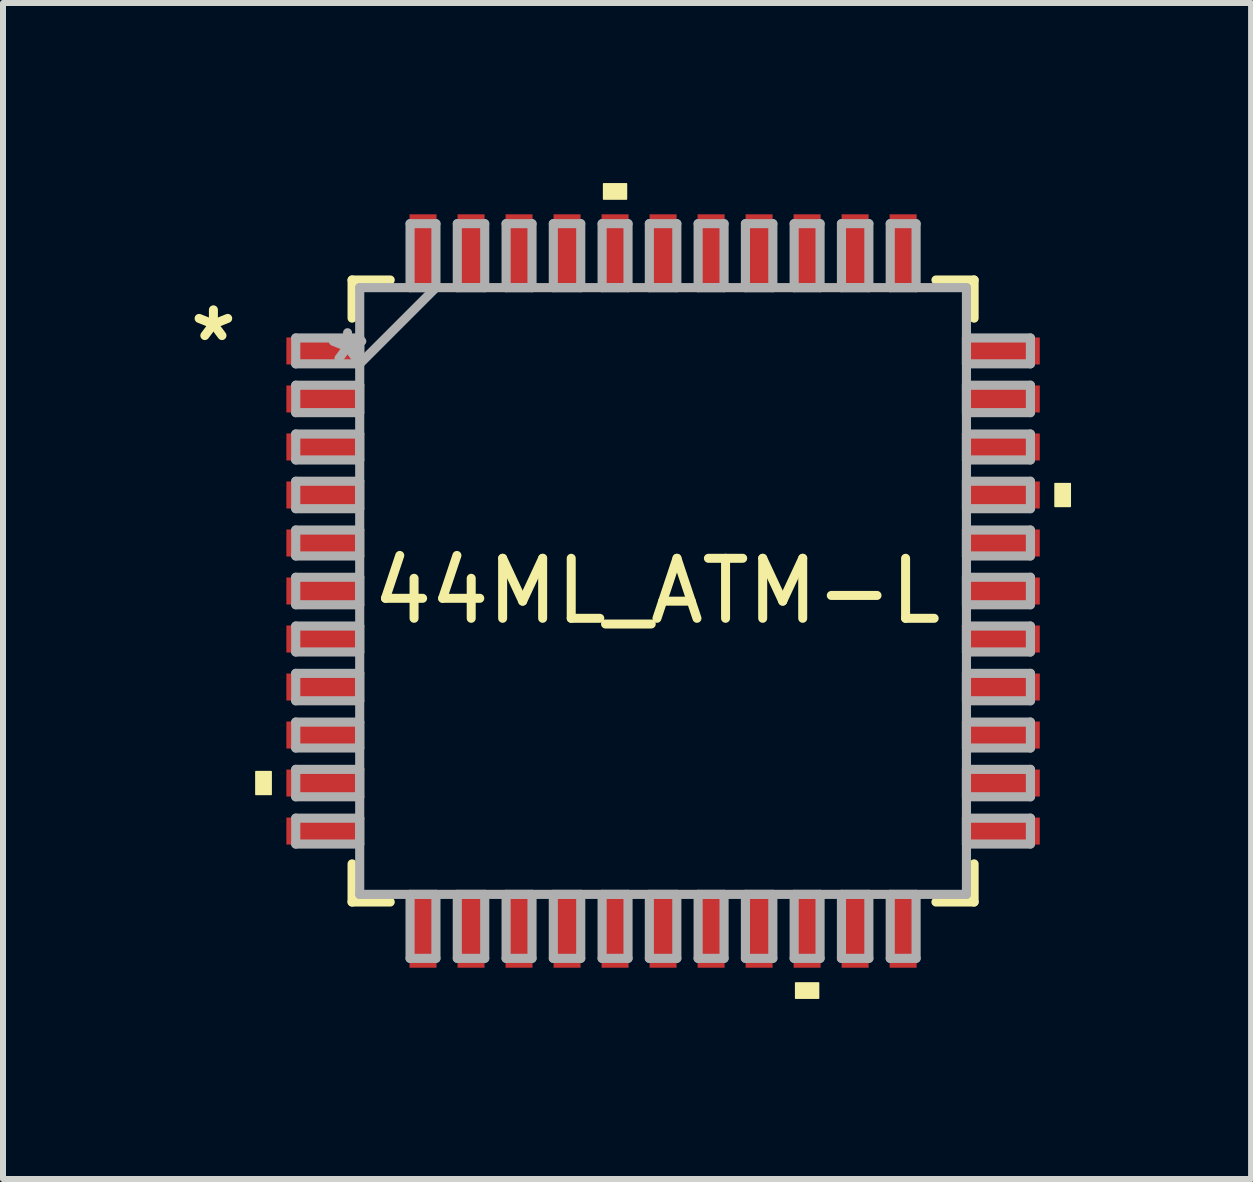
<source format=kicad_pcb>
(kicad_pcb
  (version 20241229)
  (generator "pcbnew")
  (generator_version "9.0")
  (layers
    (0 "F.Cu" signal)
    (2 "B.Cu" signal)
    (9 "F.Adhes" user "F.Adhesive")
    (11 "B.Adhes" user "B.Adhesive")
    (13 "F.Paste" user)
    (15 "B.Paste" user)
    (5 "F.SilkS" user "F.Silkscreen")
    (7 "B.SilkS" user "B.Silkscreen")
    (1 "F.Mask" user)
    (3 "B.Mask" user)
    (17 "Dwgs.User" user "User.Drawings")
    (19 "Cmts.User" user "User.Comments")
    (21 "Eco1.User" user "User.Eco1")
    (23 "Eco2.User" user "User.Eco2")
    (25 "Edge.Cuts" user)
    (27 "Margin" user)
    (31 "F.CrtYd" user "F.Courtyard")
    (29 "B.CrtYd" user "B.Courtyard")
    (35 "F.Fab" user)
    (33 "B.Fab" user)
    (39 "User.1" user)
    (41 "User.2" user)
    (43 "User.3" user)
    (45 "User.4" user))
  (footprint "44ML_ATM-L"
    (layer "F.Cu")
    (at 7.999 6.798)
    (property "Reference" "44ML_ATM-L" (at -0.102 0 0) (layer "F.SilkS") (effects (font (size 1 1) (thickness 0.15))))
    (attr smd)
    (fp_line (start -5.182 -5.182) (end -5.182 -4.547) (stroke (width 0.152) (type solid)) (layer "F.SilkS"))
    (fp_line (start -5.182 4.547) (end -5.182 5.182) (stroke (width 0.152) (type solid)) (layer "F.SilkS"))
    (fp_line (start -5.182 5.182) (end -4.547 5.182) (stroke (width 0.152) (type solid)) (layer "F.SilkS"))
    (fp_line (start -4.547 -5.182) (end -5.182 -5.182) (stroke (width 0.152) (type solid)) (layer "F.SilkS"))
    (fp_line (start 4.547 5.182) (end 5.182 5.182) (stroke (width 0.152) (type solid)) (layer "F.SilkS"))
    (fp_line (start 5.182 -5.182) (end 4.547 -5.182) (stroke (width 0.152) (type solid)) (layer "F.SilkS"))
    (fp_line (start 5.182 -4.547) (end 5.182 -5.182) (stroke (width 0.152) (type solid)) (layer "F.SilkS"))
    (fp_line (start 5.182 5.182) (end 5.182 4.547) (stroke (width 0.152) (type solid)) (layer "F.SilkS"))
    (fp_poly (pts (xy -6.785 3.01) (xy -6.785 3.39) (xy -6.531 3.39) (xy -6.531 3.01)) (stroke (width 0.025) (type solid)) (fill yes) (layer "F.SilkS"))
    (fp_poly (pts (xy -0.991 -6.531) (xy -0.991 -6.785) (xy -0.61 -6.785) (xy -0.61 -6.531)) (stroke (width 0.025) (type solid)) (fill yes) (layer "F.SilkS"))
    (fp_poly (pts (xy 2.209 6.531) (xy 2.209 6.785) (xy 2.591 6.785) (xy 2.591 6.531)) (stroke (width 0.025) (type solid)) (fill yes) (layer "F.SilkS"))
    (fp_poly (pts (xy 6.785 -1.79) (xy 6.785 -1.409) (xy 6.531 -1.409) (xy 6.531 -1.79)) (stroke (width 0.025) (type solid)) (fill yes) (layer "F.SilkS"))
    (fp_line (start -6.121 -4.216) (end -6.121 -3.785) (stroke (width 0.152) (type solid)) (layer "F.Fab"))
    (fp_line (start -6.121 -3.785) (end -5.055 -3.785) (stroke (width 0.152) (type solid)) (layer "F.Fab"))
    (fp_line (start -6.121 -3.429) (end -6.121 -2.972) (stroke (width 0.152) (type solid)) (layer "F.Fab"))
    (fp_line (start -6.121 -2.972) (end -5.055 -2.972) (stroke (width 0.152) (type solid)) (layer "F.Fab"))
    (fp_line (start -6.121 -2.616) (end -6.121 -2.184) (stroke (width 0.152) (type solid)) (layer "F.Fab"))
    (fp_line (start -6.121 -2.184) (end -5.055 -2.184) (stroke (width 0.152) (type solid)) (layer "F.Fab"))
    (fp_line (start -6.121 -1.829) (end -6.121 -1.372) (stroke (width 0.152) (type solid)) (layer "F.Fab"))
    (fp_line (start -6.121 -1.372) (end -5.055 -1.372) (stroke (width 0.152) (type solid)) (layer "F.Fab"))
    (fp_line (start -6.121 -1.016) (end -6.121 -0.584) (stroke (width 0.152) (type solid)) (layer "F.Fab"))
    (fp_line (start -6.121 -0.584) (end -5.055 -0.584) (stroke (width 0.152) (type solid)) (layer "F.Fab"))
    (fp_line (start -6.121 -0.229) (end -6.121 0.229) (stroke (width 0.152) (type solid)) (layer "F.Fab"))
    (fp_line (start -6.121 0.229) (end -5.055 0.229) (stroke (width 0.152) (type solid)) (layer "F.Fab"))
    (fp_line (start -6.121 0.584) (end -6.121 1.016) (stroke (width 0.152) (type solid)) (layer "F.Fab"))
    (fp_line (start -6.121 1.016) (end -5.055 1.016) (stroke (width 0.152) (type solid)) (layer "F.Fab"))
    (fp_line (start -6.121 1.372) (end -6.121 1.829) (stroke (width 0.152) (type solid)) (layer "F.Fab"))
    (fp_line (start -6.121 1.829) (end -5.055 1.829) (stroke (width 0.152) (type solid)) (layer "F.Fab"))
    (fp_line (start -6.121 2.184) (end -6.121 2.616) (stroke (width 0.152) (type solid)) (layer "F.Fab"))
    (fp_line (start -6.121 2.616) (end -5.055 2.616) (stroke (width 0.152) (type solid)) (layer "F.Fab"))
    (fp_line (start -6.121 2.972) (end -6.121 3.429) (stroke (width 0.152) (type solid)) (layer "F.Fab"))
    (fp_line (start -6.121 3.429) (end -5.055 3.429) (stroke (width 0.152) (type solid)) (layer "F.Fab"))
    (fp_line (start -6.121 3.785) (end -6.121 4.216) (stroke (width 0.152) (type solid)) (layer "F.Fab"))
    (fp_line (start -6.121 4.216) (end -5.055 4.216) (stroke (width 0.152) (type solid)) (layer "F.Fab"))
    (fp_line (start -5.055 -5.055) (end -5.055 5.055) (stroke (width 0.152) (type solid)) (layer "F.Fab"))
    (fp_line (start -5.055 -4.216) (end -6.121 -4.216) (stroke (width 0.152) (type solid)) (layer "F.Fab"))
    (fp_line (start -5.055 -3.785) (end -5.055 -4.216) (stroke (width 0.152) (type solid)) (layer "F.Fab"))
    (fp_line (start -5.055 -3.785) (end -3.785 -5.055) (stroke (width 0.152) (type solid)) (layer "F.Fab"))
    (fp_line (start -5.055 -3.429) (end -6.121 -3.429) (stroke (width 0.152) (type solid)) (layer "F.Fab"))
    (fp_line (start -5.055 -2.972) (end -5.055 -3.429) (stroke (width 0.152) (type solid)) (layer "F.Fab"))
    (fp_line (start -5.055 -2.616) (end -6.121 -2.616) (stroke (width 0.152) (type solid)) (layer "F.Fab"))
    (fp_line (start -5.055 -2.184) (end -5.055 -2.616) (stroke (width 0.152) (type solid)) (layer "F.Fab"))
    (fp_line (start -5.055 -1.829) (end -6.121 -1.829) (stroke (width 0.152) (type solid)) (layer "F.Fab"))
    (fp_line (start -5.055 -1.372) (end -5.055 -1.829) (stroke (width 0.152) (type solid)) (layer "F.Fab"))
    (fp_line (start -5.055 -1.016) (end -6.121 -1.016) (stroke (width 0.152) (type solid)) (layer "F.Fab"))
    (fp_line (start -5.055 -0.584) (end -5.055 -1.016) (stroke (width 0.152) (type solid)) (layer "F.Fab"))
    (fp_line (start -5.055 -0.229) (end -6.121 -0.229) (stroke (width 0.152) (type solid)) (layer "F.Fab"))
    (fp_line (start -5.055 0.229) (end -5.055 -0.229) (stroke (width 0.152) (type solid)) (layer "F.Fab"))
    (fp_line (start -5.055 0.584) (end -6.121 0.584) (stroke (width 0.152) (type solid)) (layer "F.Fab"))
    (fp_line (start -5.055 1.016) (end -5.055 0.584) (stroke (width 0.152) (type solid)) (layer "F.Fab"))
    (fp_line (start -5.055 1.372) (end -6.121 1.372) (stroke (width 0.152) (type solid)) (layer "F.Fab"))
    (fp_line (start -5.055 1.829) (end -5.055 1.372) (stroke (width 0.152) (type solid)) (layer "F.Fab"))
    (fp_line (start -5.055 2.184) (end -6.121 2.184) (stroke (width 0.152) (type solid)) (layer "F.Fab"))
    (fp_line (start -5.055 2.616) (end -5.055 2.184) (stroke (width 0.152) (type solid)) (layer "F.Fab"))
    (fp_line (start -5.055 2.972) (end -6.121 2.972) (stroke (width 0.152) (type solid)) (layer "F.Fab"))
    (fp_line (start -5.055 3.429) (end -5.055 2.972) (stroke (width 0.152) (type solid)) (layer "F.Fab"))
    (fp_line (start -5.055 3.785) (end -6.121 3.785) (stroke (width 0.152) (type solid)) (layer "F.Fab"))
    (fp_line (start -5.055 4.216) (end -5.055 3.785) (stroke (width 0.152) (type solid)) (layer "F.Fab"))
    (fp_line (start -5.055 5.055) (end 5.055 5.055) (stroke (width 0.152) (type solid)) (layer "F.Fab"))
    (fp_line (start -4.216 -6.121) (end -4.216 -5.055) (stroke (width 0.152) (type solid)) (layer "F.Fab"))
    (fp_line (start -4.216 -5.055) (end -3.785 -5.055) (stroke (width 0.152) (type solid)) (layer "F.Fab"))
    (fp_line (start -4.216 5.055) (end -4.216 6.121) (stroke (width 0.152) (type solid)) (layer "F.Fab"))
    (fp_line (start -4.216 6.121) (end -3.785 6.121) (stroke (width 0.152) (type solid)) (layer "F.Fab"))
    (fp_line (start -3.785 -6.121) (end -4.216 -6.121) (stroke (width 0.152) (type solid)) (layer "F.Fab"))
    (fp_line (start -3.785 -5.055) (end -3.785 -6.121) (stroke (width 0.152) (type solid)) (layer "F.Fab"))
    (fp_line (start -3.785 5.055) (end -4.216 5.055) (stroke (width 0.152) (type solid)) (layer "F.Fab"))
    (fp_line (start -3.785 6.121) (end -3.785 5.055) (stroke (width 0.152) (type solid)) (layer "F.Fab"))
    (fp_line (start -3.429 -6.121) (end -3.429 -5.055) (stroke (width 0.152) (type solid)) (layer "F.Fab"))
    (fp_line (start -3.429 -5.055) (end -2.972 -5.055) (stroke (width 0.152) (type solid)) (layer "F.Fab"))
    (fp_line (start -3.429 5.055) (end -3.429 6.121) (stroke (width 0.152) (type solid)) (layer "F.Fab"))
    (fp_line (start -3.429 6.121) (end -2.972 6.121) (stroke (width 0.152) (type solid)) (layer "F.Fab"))
    (fp_line (start -2.972 -6.121) (end -3.429 -6.121) (stroke (width 0.152) (type solid)) (layer "F.Fab"))
    (fp_line (start -2.972 -5.055) (end -2.972 -6.121) (stroke (width 0.152) (type solid)) (layer "F.Fab"))
    (fp_line (start -2.972 5.055) (end -3.429 5.055) (stroke (width 0.152) (type solid)) (layer "F.Fab"))
    (fp_line (start -2.972 6.121) (end -2.972 5.055) (stroke (width 0.152) (type solid)) (layer "F.Fab"))
    (fp_line (start -2.616 -6.121) (end -2.616 -5.055) (stroke (width 0.152) (type solid)) (layer "F.Fab"))
    (fp_line (start -2.616 -5.055) (end -2.184 -5.055) (stroke (width 0.152) (type solid)) (layer "F.Fab"))
    (fp_line (start -2.616 5.055) (end -2.616 6.121) (stroke (width 0.152) (type solid)) (layer "F.Fab"))
    (fp_line (start -2.616 6.121) (end -2.184 6.121) (stroke (width 0.152) (type solid)) (layer "F.Fab"))
    (fp_line (start -2.184 -6.121) (end -2.616 -6.121) (stroke (width 0.152) (type solid)) (layer "F.Fab"))
    (fp_line (start -2.184 -5.055) (end -2.184 -6.121) (stroke (width 0.152) (type solid)) (layer "F.Fab"))
    (fp_line (start -2.184 5.055) (end -2.616 5.055) (stroke (width 0.152) (type solid)) (layer "F.Fab"))
    (fp_line (start -2.184 6.121) (end -2.184 5.055) (stroke (width 0.152) (type solid)) (layer "F.Fab"))
    (fp_line (start -1.829 -6.121) (end -1.829 -5.055) (stroke (width 0.152) (type solid)) (layer "F.Fab"))
    (fp_line (start -1.829 -5.055) (end -1.372 -5.055) (stroke (width 0.152) (type solid)) (layer "F.Fab"))
    (fp_line (start -1.829 5.055) (end -1.829 6.121) (stroke (width 0.152) (type solid)) (layer "F.Fab"))
    (fp_line (start -1.829 6.121) (end -1.372 6.121) (stroke (width 0.152) (type solid)) (layer "F.Fab"))
    (fp_line (start -1.372 -6.121) (end -1.829 -6.121) (stroke (width 0.152) (type solid)) (layer "F.Fab"))
    (fp_line (start -1.372 -5.055) (end -1.372 -6.121) (stroke (width 0.152) (type solid)) (layer "F.Fab"))
    (fp_line (start -1.372 5.055) (end -1.829 5.055) (stroke (width 0.152) (type solid)) (layer "F.Fab"))
    (fp_line (start -1.372 6.121) (end -1.372 5.055) (stroke (width 0.152) (type solid)) (layer "F.Fab"))
    (fp_line (start -1.016 -6.121) (end -1.016 -5.055) (stroke (width 0.152) (type solid)) (layer "F.Fab"))
    (fp_line (start -1.016 -5.055) (end -0.584 -5.055) (stroke (width 0.152) (type solid)) (layer "F.Fab"))
    (fp_line (start -1.016 5.055) (end -1.016 6.121) (stroke (width 0.152) (type solid)) (layer "F.Fab"))
    (fp_line (start -1.016 6.121) (end -0.584 6.121) (stroke (width 0.152) (type solid)) (layer "F.Fab"))
    (fp_line (start -0.584 -6.121) (end -1.016 -6.121) (stroke (width 0.152) (type solid)) (layer "F.Fab"))
    (fp_line (start -0.584 -5.055) (end -0.584 -6.121) (stroke (width 0.152) (type solid)) (layer "F.Fab"))
    (fp_line (start -0.584 5.055) (end -1.016 5.055) (stroke (width 0.152) (type solid)) (layer "F.Fab"))
    (fp_line (start -0.584 6.121) (end -0.584 5.055) (stroke (width 0.152) (type solid)) (layer "F.Fab"))
    (fp_line (start -0.229 -6.121) (end -0.229 -5.055) (stroke (width 0.152) (type solid)) (layer "F.Fab"))
    (fp_line (start -0.229 -5.055) (end 0.229 -5.055) (stroke (width 0.152) (type solid)) (layer "F.Fab"))
    (fp_line (start -0.229 5.055) (end -0.229 6.121) (stroke (width 0.152) (type solid)) (layer "F.Fab"))
    (fp_line (start -0.229 6.121) (end 0.229 6.121) (stroke (width 0.152) (type solid)) (layer "F.Fab"))
    (fp_line (start 0.229 -6.121) (end -0.229 -6.121) (stroke (width 0.152) (type solid)) (layer "F.Fab"))
    (fp_line (start 0.229 -5.055) (end 0.229 -6.121) (stroke (width 0.152) (type solid)) (layer "F.Fab"))
    (fp_line (start 0.229 5.055) (end -0.229 5.055) (stroke (width 0.152) (type solid)) (layer "F.Fab"))
    (fp_line (start 0.229 6.121) (end 0.229 5.055) (stroke (width 0.152) (type solid)) (layer "F.Fab"))
    (fp_line (start 0.584 -6.121) (end 0.584 -5.055) (stroke (width 0.152) (type solid)) (layer "F.Fab"))
    (fp_line (start 0.584 -5.055) (end 1.016 -5.055) (stroke (width 0.152) (type solid)) (layer "F.Fab"))
    (fp_line (start 0.584 5.055) (end 0.584 6.121) (stroke (width 0.152) (type solid)) (layer "F.Fab"))
    (fp_line (start 0.584 6.121) (end 1.016 6.121) (stroke (width 0.152) (type solid)) (layer "F.Fab"))
    (fp_line (start 1.016 -6.121) (end 0.584 -6.121) (stroke (width 0.152) (type solid)) (layer "F.Fab"))
    (fp_line (start 1.016 -5.055) (end 1.016 -6.121) (stroke (width 0.152) (type solid)) (layer "F.Fab"))
    (fp_line (start 1.016 5.055) (end 0.584 5.055) (stroke (width 0.152) (type solid)) (layer "F.Fab"))
    (fp_line (start 1.016 6.121) (end 1.016 5.055) (stroke (width 0.152) (type solid)) (layer "F.Fab"))
    (fp_line (start 1.372 -6.121) (end 1.372 -5.055) (stroke (width 0.152) (type solid)) (layer "F.Fab"))
    (fp_line (start 1.372 -5.055) (end 1.829 -5.055) (stroke (width 0.152) (type solid)) (layer "F.Fab"))
    (fp_line (start 1.372 5.055) (end 1.372 6.121) (stroke (width 0.152) (type solid)) (layer "F.Fab"))
    (fp_line (start 1.372 6.121) (end 1.829 6.121) (stroke (width 0.152) (type solid)) (layer "F.Fab"))
    (fp_line (start 1.829 -6.121) (end 1.372 -6.121) (stroke (width 0.152) (type solid)) (layer "F.Fab"))
    (fp_line (start 1.829 -5.055) (end 1.829 -6.121) (stroke (width 0.152) (type solid)) (layer "F.Fab"))
    (fp_line (start 1.829 5.055) (end 1.372 5.055) (stroke (width 0.152) (type solid)) (layer "F.Fab"))
    (fp_line (start 1.829 6.121) (end 1.829 5.055) (stroke (width 0.152) (type solid)) (layer "F.Fab"))
    (fp_line (start 2.184 -6.121) (end 2.184 -5.055) (stroke (width 0.152) (type solid)) (layer "F.Fab"))
    (fp_line (start 2.184 -5.055) (end 2.616 -5.055) (stroke (width 0.152) (type solid)) (layer "F.Fab"))
    (fp_line (start 2.184 5.055) (end 2.184 6.121) (stroke (width 0.152) (type solid)) (layer "F.Fab"))
    (fp_line (start 2.184 6.121) (end 2.616 6.121) (stroke (width 0.152) (type solid)) (layer "F.Fab"))
    (fp_line (start 2.616 -6.121) (end 2.184 -6.121) (stroke (width 0.152) (type solid)) (layer "F.Fab"))
    (fp_line (start 2.616 -5.055) (end 2.616 -6.121) (stroke (width 0.152) (type solid)) (layer "F.Fab"))
    (fp_line (start 2.616 5.055) (end 2.184 5.055) (stroke (width 0.152) (type solid)) (layer "F.Fab"))
    (fp_line (start 2.616 6.121) (end 2.616 5.055) (stroke (width 0.152) (type solid)) (layer "F.Fab"))
    (fp_line (start 2.972 -6.121) (end 2.972 -5.055) (stroke (width 0.152) (type solid)) (layer "F.Fab"))
    (fp_line (start 2.972 -5.055) (end 3.429 -5.055) (stroke (width 0.152) (type solid)) (layer "F.Fab"))
    (fp_line (start 2.972 5.055) (end 2.972 6.121) (stroke (width 0.152) (type solid)) (layer "F.Fab"))
    (fp_line (start 2.972 6.121) (end 3.429 6.121) (stroke (width 0.152) (type solid)) (layer "F.Fab"))
    (fp_line (start 3.429 -6.121) (end 2.972 -6.121) (stroke (width 0.152) (type solid)) (layer "F.Fab"))
    (fp_line (start 3.429 -5.055) (end 3.429 -6.121) (stroke (width 0.152) (type solid)) (layer "F.Fab"))
    (fp_line (start 3.429 5.055) (end 2.972 5.055) (stroke (width 0.152) (type solid)) (layer "F.Fab"))
    (fp_line (start 3.429 6.121) (end 3.429 5.055) (stroke (width 0.152) (type solid)) (layer "F.Fab"))
    (fp_line (start 3.785 -6.121) (end 3.785 -5.055) (stroke (width 0.152) (type solid)) (layer "F.Fab"))
    (fp_line (start 3.785 -5.055) (end 4.216 -5.055) (stroke (width 0.152) (type solid)) (layer "F.Fab"))
    (fp_line (start 3.785 5.055) (end 3.785 6.121) (stroke (width 0.152) (type solid)) (layer "F.Fab"))
    (fp_line (start 3.785 6.121) (end 4.216 6.121) (stroke (width 0.152) (type solid)) (layer "F.Fab"))
    (fp_line (start 4.216 -6.121) (end 3.785 -6.121) (stroke (width 0.152) (type solid)) (layer "F.Fab"))
    (fp_line (start 4.216 -5.055) (end 4.216 -6.121) (stroke (width 0.152) (type solid)) (layer "F.Fab"))
    (fp_line (start 4.216 5.055) (end 3.785 5.055) (stroke (width 0.152) (type solid)) (layer "F.Fab"))
    (fp_line (start 4.216 6.121) (end 4.216 5.055) (stroke (width 0.152) (type solid)) (layer "F.Fab"))
    (fp_line (start 5.055 -5.055) (end -5.055 -5.055) (stroke (width 0.152) (type solid)) (layer "F.Fab"))
    (fp_line (start 5.055 -4.216) (end 5.055 -3.785) (stroke (width 0.152) (type solid)) (layer "F.Fab"))
    (fp_line (start 5.055 -3.785) (end 6.121 -3.785) (stroke (width 0.152) (type solid)) (layer "F.Fab"))
    (fp_line (start 5.055 -3.429) (end 5.055 -2.972) (stroke (width 0.152) (type solid)) (layer "F.Fab"))
    (fp_line (start 5.055 -2.972) (end 6.121 -2.972) (stroke (width 0.152) (type solid)) (layer "F.Fab"))
    (fp_line (start 5.055 -2.616) (end 5.055 -2.184) (stroke (width 0.152) (type solid)) (layer "F.Fab"))
    (fp_line (start 5.055 -2.184) (end 6.121 -2.184) (stroke (width 0.152) (type solid)) (layer "F.Fab"))
    (fp_line (start 5.055 -1.829) (end 5.055 -1.372) (stroke (width 0.152) (type solid)) (layer "F.Fab"))
    (fp_line (start 5.055 -1.372) (end 6.121 -1.372) (stroke (width 0.152) (type solid)) (layer "F.Fab"))
    (fp_line (start 5.055 -1.016) (end 5.055 -0.584) (stroke (width 0.152) (type solid)) (layer "F.Fab"))
    (fp_line (start 5.055 -0.584) (end 6.121 -0.584) (stroke (width 0.152) (type solid)) (layer "F.Fab"))
    (fp_line (start 5.055 -0.229) (end 5.055 0.229) (stroke (width 0.152) (type solid)) (layer "F.Fab"))
    (fp_line (start 5.055 0.229) (end 6.121 0.229) (stroke (width 0.152) (type solid)) (layer "F.Fab"))
    (fp_line (start 5.055 0.584) (end 5.055 1.016) (stroke (width 0.152) (type solid)) (layer "F.Fab"))
    (fp_line (start 5.055 1.016) (end 6.121 1.016) (stroke (width 0.152) (type solid)) (layer "F.Fab"))
    (fp_line (start 5.055 1.372) (end 5.055 1.829) (stroke (width 0.152) (type solid)) (layer "F.Fab"))
    (fp_line (start 5.055 1.829) (end 6.121 1.829) (stroke (width 0.152) (type solid)) (layer "F.Fab"))
    (fp_line (start 5.055 2.184) (end 5.055 2.616) (stroke (width 0.152) (type solid)) (layer "F.Fab"))
    (fp_line (start 5.055 2.616) (end 6.121 2.616) (stroke (width 0.152) (type solid)) (layer "F.Fab"))
    (fp_line (start 5.055 2.972) (end 5.055 3.429) (stroke (width 0.152) (type solid)) (layer "F.Fab"))
    (fp_line (start 5.055 3.429) (end 6.121 3.429) (stroke (width 0.152) (type solid)) (layer "F.Fab"))
    (fp_line (start 5.055 3.785) (end 5.055 4.216) (stroke (width 0.152) (type solid)) (layer "F.Fab"))
    (fp_line (start 5.055 4.216) (end 6.121 4.216) (stroke (width 0.152) (type solid)) (layer "F.Fab"))
    (fp_line (start 5.055 5.055) (end 5.055 -5.055) (stroke (width 0.152) (type solid)) (layer "F.Fab"))
    (fp_line (start 6.121 -4.216) (end 5.055 -4.216) (stroke (width 0.152) (type solid)) (layer "F.Fab"))
    (fp_line (start 6.121 -3.785) (end 6.121 -4.216) (stroke (width 0.152) (type solid)) (layer "F.Fab"))
    (fp_line (start 6.121 -3.429) (end 5.055 -3.429) (stroke (width 0.152) (type solid)) (layer "F.Fab"))
    (fp_line (start 6.121 -2.972) (end 6.121 -3.429) (stroke (width 0.152) (type solid)) (layer "F.Fab"))
    (fp_line (start 6.121 -2.616) (end 5.055 -2.616) (stroke (width 0.152) (type solid)) (layer "F.Fab"))
    (fp_line (start 6.121 -2.184) (end 6.121 -2.616) (stroke (width 0.152) (type solid)) (layer "F.Fab"))
    (fp_line (start 6.121 -1.829) (end 5.055 -1.829) (stroke (width 0.152) (type solid)) (layer "F.Fab"))
    (fp_line (start 6.121 -1.372) (end 6.121 -1.829) (stroke (width 0.152) (type solid)) (layer "F.Fab"))
    (fp_line (start 6.121 -1.016) (end 5.055 -1.016) (stroke (width 0.152) (type solid)) (layer "F.Fab"))
    (fp_line (start 6.121 -0.584) (end 6.121 -1.016) (stroke (width 0.152) (type solid)) (layer "F.Fab"))
    (fp_line (start 6.121 -0.229) (end 5.055 -0.229) (stroke (width 0.152) (type solid)) (layer "F.Fab"))
    (fp_line (start 6.121 0.229) (end 6.121 -0.229) (stroke (width 0.152) (type solid)) (layer "F.Fab"))
    (fp_line (start 6.121 0.584) (end 5.055 0.584) (stroke (width 0.152) (type solid)) (layer "F.Fab"))
    (fp_line (start 6.121 1.016) (end 6.121 0.584) (stroke (width 0.152) (type solid)) (layer "F.Fab"))
    (fp_line (start 6.121 1.372) (end 5.055 1.372) (stroke (width 0.152) (type solid)) (layer "F.Fab"))
    (fp_line (start 6.121 1.829) (end 6.121 1.372) (stroke (width 0.152) (type solid)) (layer "F.Fab"))
    (fp_line (start 6.121 2.184) (end 5.055 2.184) (stroke (width 0.152) (type solid)) (layer "F.Fab"))
    (fp_line (start 6.121 2.616) (end 6.121 2.184) (stroke (width 0.152) (type solid)) (layer "F.Fab"))
    (fp_line (start 6.121 2.972) (end 5.055 2.972) (stroke (width 0.152) (type solid)) (layer "F.Fab"))
    (fp_line (start 6.121 3.429) (end 6.121 2.972) (stroke (width 0.152) (type solid)) (layer "F.Fab"))
    (fp_line (start 6.121 3.785) (end 5.055 3.785) (stroke (width 0.152) (type solid)) (layer "F.Fab"))
    (fp_line (start 6.121 4.216) (end 6.121 3.785) (stroke (width 0.152) (type solid)) (layer "F.Fab"))
    (fp_text user "*" (at -7.493 -4.14 0) (layer "F.SilkS") (effects (font (size 1 1) (thickness 0.15))))
    (fp_text user "*" (at -5.258 -3.759 0) (layer "F.Fab") (effects (font (size 1 1) (thickness 0.15))))
    (pad "1" smd rect (at -5.699 -4 270) (size 0.45 1.156) (layers "F.Cu" "F.Mask" "F.Paste"))
    (pad "2" smd rect (at -5.699 -3.2 270) (size 0.45 1.156) (layers "F.Cu" "F.Mask" "F.Paste"))
    (pad "3" smd rect (at -5.699 -2.4 270) (size 0.45 1.156) (layers "F.Cu" "F.Mask" "F.Paste"))
    (pad "4" smd rect (at -5.699 -1.6 270) (size 0.45 1.156) (layers "F.Cu" "F.Mask" "F.Paste"))
    (pad "5" smd rect (at -5.699 -0.8 270) (size 0.45 1.156) (layers "F.Cu" "F.Mask" "F.Paste"))
    (pad "6" smd rect (at -5.699 0 270) (size 0.45 1.156) (layers "F.Cu" "F.Mask" "F.Paste"))
    (pad "7" smd rect (at -5.699 0.8 270) (size 0.45 1.156) (layers "F.Cu" "F.Mask" "F.Paste"))
    (pad "8" smd rect (at -5.699 1.6 270) (size 0.45 1.156) (layers "F.Cu" "F.Mask" "F.Paste"))
    (pad "9" smd rect (at -5.699 2.4 270) (size 0.45 1.156) (layers "F.Cu" "F.Mask" "F.Paste"))
    (pad "10" smd rect (at -5.699 3.2 270) (size 0.45 1.156) (layers "F.Cu" "F.Mask" "F.Paste"))
    (pad "11" smd rect (at -5.699 4 270) (size 0.45 1.156) (layers "F.Cu" "F.Mask" "F.Paste"))
    (pad "12" smd rect (at -4 5.699 180) (size 0.45 1.156) (layers "F.Cu" "F.Mask" "F.Paste"))
    (pad "13" smd rect (at -3.2 5.699 180) (size 0.45 1.156) (layers "F.Cu" "F.Mask" "F.Paste"))
    (pad "14" smd rect (at -2.4 5.699 180) (size 0.45 1.156) (layers "F.Cu" "F.Mask" "F.Paste"))
    (pad "15" smd rect (at -1.6 5.699 180) (size 0.45 1.156) (layers "F.Cu" "F.Mask" "F.Paste"))
    (pad "16" smd rect (at -0.8 5.699 180) (size 0.45 1.156) (layers "F.Cu" "F.Mask" "F.Paste"))
    (pad "17" smd rect (at 0 5.699 180) (size 0.45 1.156) (layers "F.Cu" "F.Mask" "F.Paste"))
    (pad "18" smd rect (at 0.8 5.699 180) (size 0.45 1.156) (layers "F.Cu" "F.Mask" "F.Paste"))
    (pad "19" smd rect (at 1.6 5.699 180) (size 0.45 1.156) (layers "F.Cu" "F.Mask" "F.Paste"))
    (pad "20" smd rect (at 2.4 5.699 180) (size 0.45 1.156) (layers "F.Cu" "F.Mask" "F.Paste"))
    (pad "21" smd rect (at 3.2 5.699 180) (size 0.45 1.156) (layers "F.Cu" "F.Mask" "F.Paste"))
    (pad "22" smd rect (at 4 5.699 180) (size 0.45 1.156) (layers "F.Cu" "F.Mask" "F.Paste"))
    (pad "23" smd rect (at 5.699 4 270) (size 0.45 1.156) (layers "F.Cu" "F.Mask" "F.Paste"))
    (pad "24" smd rect (at 5.699 3.2 270) (size 0.45 1.156) (layers "F.Cu" "F.Mask" "F.Paste"))
    (pad "25" smd rect (at 5.699 2.4 270) (size 0.45 1.156) (layers "F.Cu" "F.Mask" "F.Paste"))
    (pad "26" smd rect (at 5.699 1.6 270) (size 0.45 1.156) (layers "F.Cu" "F.Mask" "F.Paste"))
    (pad "27" smd rect (at 5.699 0.8 270) (size 0.45 1.156) (layers "F.Cu" "F.Mask" "F.Paste"))
    (pad "28" smd rect (at 5.699 0 270) (size 0.45 1.156) (layers "F.Cu" "F.Mask" "F.Paste"))
    (pad "29" smd rect (at 5.699 -0.8 270) (size 0.45 1.156) (layers "F.Cu" "F.Mask" "F.Paste"))
    (pad "30" smd rect (at 5.699 -1.6 270) (size 0.45 1.156) (layers "F.Cu" "F.Mask" "F.Paste"))
    (pad "31" smd rect (at 5.699 -2.4 270) (size 0.45 1.156) (layers "F.Cu" "F.Mask" "F.Paste"))
    (pad "32" smd rect (at 5.699 -3.2 270) (size 0.45 1.156) (layers "F.Cu" "F.Mask" "F.Paste"))
    (pad "33" smd rect (at 5.699 -4 270) (size 0.45 1.156) (layers "F.Cu" "F.Mask" "F.Paste"))
    (pad "34" smd rect (at 4 -5.699 180) (size 0.45 1.156) (layers "F.Cu" "F.Mask" "F.Paste"))
    (pad "35" smd rect (at 3.2 -5.699 180) (size 0.45 1.156) (layers "F.Cu" "F.Mask" "F.Paste"))
    (pad "36" smd rect (at 2.4 -5.699 180) (size 0.45 1.156) (layers "F.Cu" "F.Mask" "F.Paste"))
    (pad "37" smd rect (at 1.6 -5.699 180) (size 0.45 1.156) (layers "F.Cu" "F.Mask" "F.Paste"))
    (pad "38" smd rect (at 0.8 -5.699 180) (size 0.45 1.156) (layers "F.Cu" "F.Mask" "F.Paste"))
    (pad "39" smd rect (at 0 -5.699 180) (size 0.45 1.156) (layers "F.Cu" "F.Mask" "F.Paste"))
    (pad "40" smd rect (at -0.8 -5.699 180) (size 0.45 1.156) (layers "F.Cu" "F.Mask" "F.Paste"))
    (pad "41" smd rect (at -1.6 -5.699 180) (size 0.45 1.156) (layers "F.Cu" "F.Mask" "F.Paste"))
    (pad "42" smd rect (at -2.4 -5.699 180) (size 0.45 1.156) (layers "F.Cu" "F.Mask" "F.Paste"))
    (pad "43" smd rect (at -3.2 -5.699 180) (size 0.45 1.156) (layers "F.Cu" "F.Mask" "F.Paste"))
    (pad "44" smd rect (at -4 -5.699 180) (size 0.45 1.156) (layers "F.Cu" "F.Mask" "F.Paste")))
  (gr_rect
    (start -3 -3)
    (end 17.797 16.596)
    (stroke (width 0.1) (type default))
    (fill no)
    (layer "Edge.Cuts")))
</source>
